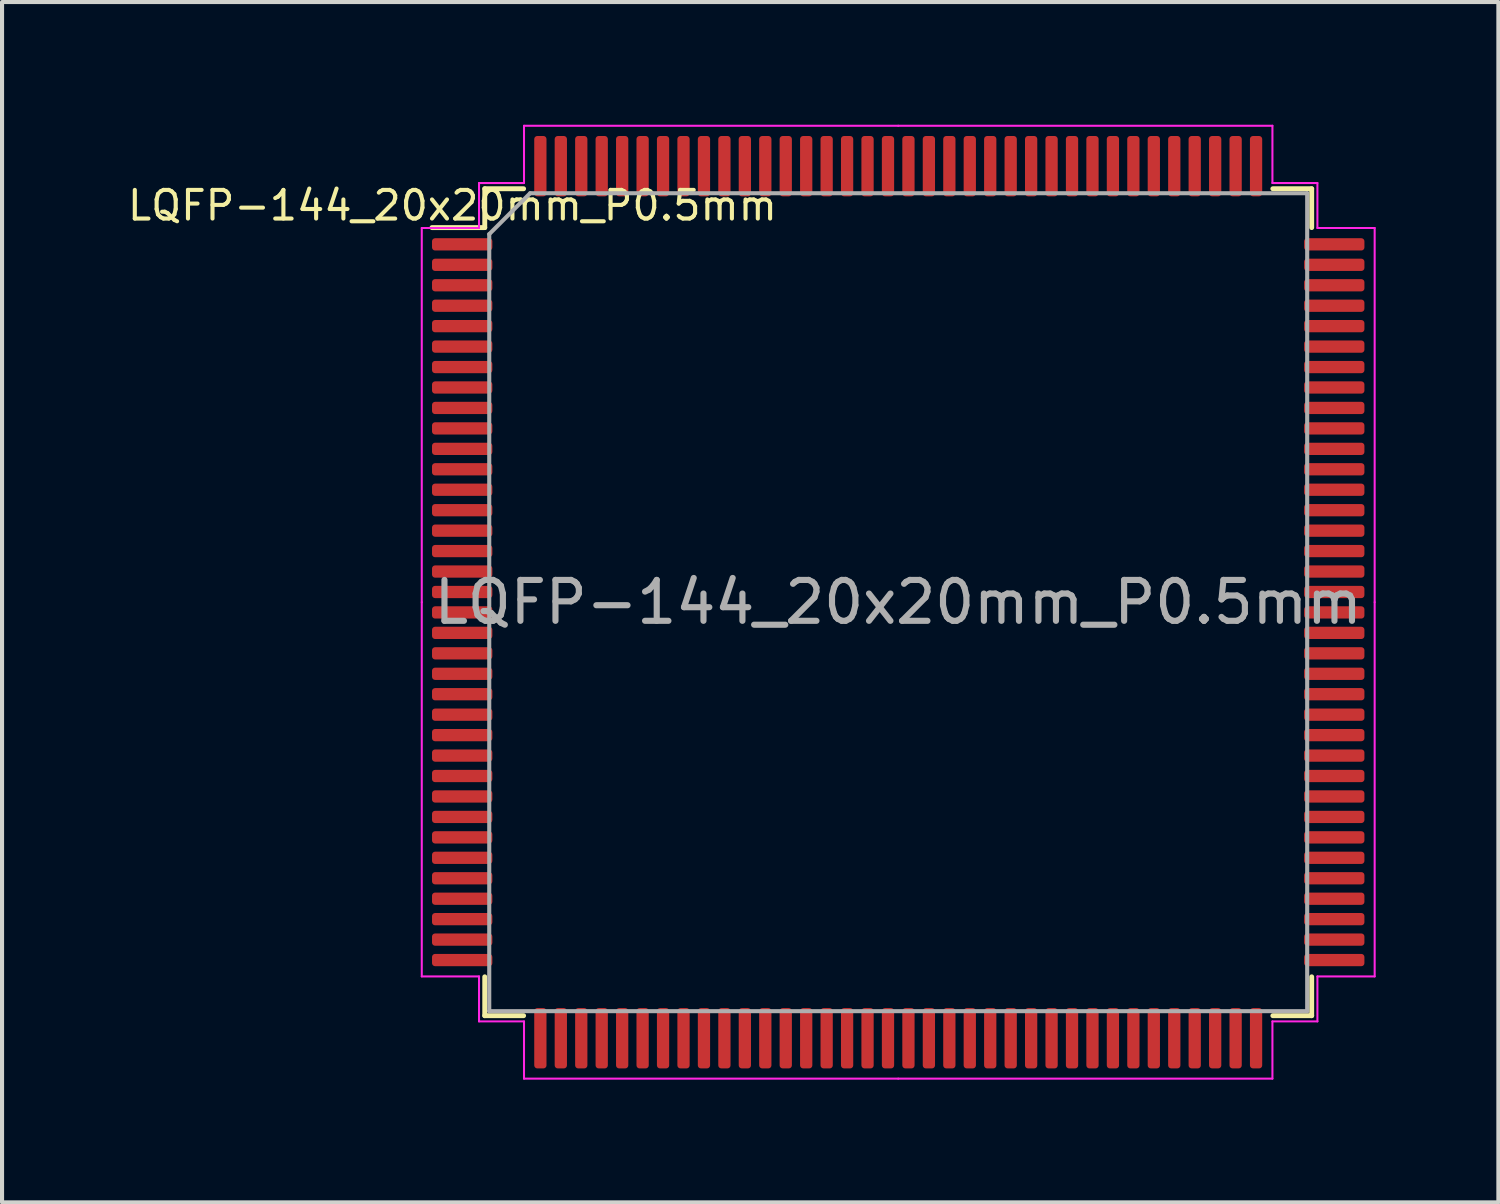
<source format=kicad_pcb>
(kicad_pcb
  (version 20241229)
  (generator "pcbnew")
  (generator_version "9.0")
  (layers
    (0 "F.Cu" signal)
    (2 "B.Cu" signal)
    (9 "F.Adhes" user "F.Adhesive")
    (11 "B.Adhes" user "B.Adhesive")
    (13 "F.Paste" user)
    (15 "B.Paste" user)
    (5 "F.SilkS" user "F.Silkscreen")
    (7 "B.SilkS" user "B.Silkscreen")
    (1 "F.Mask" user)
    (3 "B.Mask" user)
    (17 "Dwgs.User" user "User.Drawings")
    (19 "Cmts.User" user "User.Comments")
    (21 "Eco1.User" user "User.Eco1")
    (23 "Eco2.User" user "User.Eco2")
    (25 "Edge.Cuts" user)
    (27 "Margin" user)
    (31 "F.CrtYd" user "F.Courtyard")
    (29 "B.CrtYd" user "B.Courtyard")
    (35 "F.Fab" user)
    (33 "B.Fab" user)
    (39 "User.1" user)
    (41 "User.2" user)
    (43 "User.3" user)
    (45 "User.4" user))
  (footprint "LQFP-144_20x20mm_P0.5mm"
    (layer "F.Cu")
    (at 18.913 11.675)
    (property "Reference" "LQFP-144_20x20mm_P0.5mm" (at -10.9 -9.7 0) (unlocked yes) (layer "F.SilkS") (effects (font (size 0.7 0.7) (thickness 0.1))))
    (attr smd)
    (fp_line (start -10.11 -10.11) (end -10.11 -9.16) (stroke (width 0.12) (type solid)) (layer "F.SilkS"))
    (fp_line (start -10.11 -9.16) (end -11.4 -9.16) (stroke (width 0.12) (type solid)) (layer "F.SilkS"))
    (fp_line (start -10.11 10.11) (end -10.11 9.16) (stroke (width 0.12) (type solid)) (layer "F.SilkS"))
    (fp_line (start -9.16 -10.11) (end -10.11 -10.11) (stroke (width 0.12) (type solid)) (layer "F.SilkS"))
    (fp_line (start -9.16 10.11) (end -10.11 10.11) (stroke (width 0.12) (type solid)) (layer "F.SilkS"))
    (fp_line (start 9.16 -10.11) (end 10.11 -10.11) (stroke (width 0.12) (type solid)) (layer "F.SilkS"))
    (fp_line (start 9.16 10.11) (end 10.11 10.11) (stroke (width 0.12) (type solid)) (layer "F.SilkS"))
    (fp_line (start 10.11 -10.11) (end 10.11 -9.16) (stroke (width 0.12) (type solid)) (layer "F.SilkS"))
    (fp_line (start 10.11 10.11) (end 10.11 9.16) (stroke (width 0.12) (type solid)) (layer "F.SilkS"))
    (fp_line (start -11.65 -9.15) (end -11.65 0) (stroke (width 0.05) (type solid)) (layer "F.CrtYd"))
    (fp_line (start -11.65 9.15) (end -11.65 0) (stroke (width 0.05) (type solid)) (layer "F.CrtYd"))
    (fp_line (start -10.25 -10.25) (end -10.25 -9.15) (stroke (width 0.05) (type solid)) (layer "F.CrtYd"))
    (fp_line (start -10.25 -9.15) (end -11.65 -9.15) (stroke (width 0.05) (type solid)) (layer "F.CrtYd"))
    (fp_line (start -10.25 9.15) (end -11.65 9.15) (stroke (width 0.05) (type solid)) (layer "F.CrtYd"))
    (fp_line (start -10.25 10.25) (end -10.25 9.15) (stroke (width 0.05) (type solid)) (layer "F.CrtYd"))
    (fp_line (start -9.15 -11.65) (end -9.15 -10.25) (stroke (width 0.05) (type solid)) (layer "F.CrtYd"))
    (fp_line (start -9.15 -10.25) (end -10.25 -10.25) (stroke (width 0.05) (type solid)) (layer "F.CrtYd"))
    (fp_line (start -9.15 10.25) (end -10.25 10.25) (stroke (width 0.05) (type solid)) (layer "F.CrtYd"))
    (fp_line (start -9.15 11.65) (end -9.15 10.25) (stroke (width 0.05) (type solid)) (layer "F.CrtYd"))
    (fp_line (start 0 -11.65) (end -9.15 -11.65) (stroke (width 0.05) (type solid)) (layer "F.CrtYd"))
    (fp_line (start 0 -11.65) (end 9.15 -11.65) (stroke (width 0.05) (type solid)) (layer "F.CrtYd"))
    (fp_line (start 0 11.65) (end -9.15 11.65) (stroke (width 0.05) (type solid)) (layer "F.CrtYd"))
    (fp_line (start 0 11.65) (end 9.15 11.65) (stroke (width 0.05) (type solid)) (layer "F.CrtYd"))
    (fp_line (start 9.15 -11.65) (end 9.15 -10.25) (stroke (width 0.05) (type solid)) (layer "F.CrtYd"))
    (fp_line (start 9.15 -10.25) (end 10.25 -10.25) (stroke (width 0.05) (type solid)) (layer "F.CrtYd"))
    (fp_line (start 9.15 10.25) (end 10.25 10.25) (stroke (width 0.05) (type solid)) (layer "F.CrtYd"))
    (fp_line (start 9.15 11.65) (end 9.15 10.25) (stroke (width 0.05) (type solid)) (layer "F.CrtYd"))
    (fp_line (start 10.25 -10.25) (end 10.25 -9.15) (stroke (width 0.05) (type solid)) (layer "F.CrtYd"))
    (fp_line (start 10.25 -9.15) (end 11.65 -9.15) (stroke (width 0.05) (type solid)) (layer "F.CrtYd"))
    (fp_line (start 10.25 9.15) (end 11.65 9.15) (stroke (width 0.05) (type solid)) (layer "F.CrtYd"))
    (fp_line (start 10.25 10.25) (end 10.25 9.15) (stroke (width 0.05) (type solid)) (layer "F.CrtYd"))
    (fp_line (start 11.65 -9.15) (end 11.65 0) (stroke (width 0.05) (type solid)) (layer "F.CrtYd"))
    (fp_line (start 11.65 9.15) (end 11.65 0) (stroke (width 0.05) (type solid)) (layer "F.CrtYd"))
    (fp_line (start -10 -9) (end -9 -10) (stroke (width 0.1) (type solid)) (layer "F.Fab"))
    (fp_line (start -10 10) (end -10 -9) (stroke (width 0.1) (type solid)) (layer "F.Fab"))
    (fp_line (start -9 -10) (end 10 -10) (stroke (width 0.1) (type solid)) (layer "F.Fab"))
    (fp_line (start 10 -10) (end 10 10) (stroke (width 0.1) (type solid)) (layer "F.Fab"))
    (fp_line (start 10 10) (end -10 10) (stroke (width 0.1) (type solid)) (layer "F.Fab"))
    (fp_text user "${REFERENCE}" (at 0 0 0) (layer "F.Fab") (effects (font (size 1 1) (thickness 0.15))))
    (pad "1" smd roundrect (at -10.662 -8.75) (size 1.475 0.3) (layers "F.Cu" "F.Mask" "F.Paste") (roundrect_rratio 0.25))
    (pad "2" smd roundrect (at -10.662 -8.25) (size 1.475 0.3) (layers "F.Cu" "F.Mask" "F.Paste") (roundrect_rratio 0.25))
    (pad "3" smd roundrect (at -10.662 -7.75) (size 1.475 0.3) (layers "F.Cu" "F.Mask" "F.Paste") (roundrect_rratio 0.25))
    (pad "4" smd roundrect (at -10.662 -7.25) (size 1.475 0.3) (layers "F.Cu" "F.Mask" "F.Paste") (roundrect_rratio 0.25))
    (pad "5" smd roundrect (at -10.662 -6.75) (size 1.475 0.3) (layers "F.Cu" "F.Mask" "F.Paste") (roundrect_rratio 0.25))
    (pad "6" smd roundrect (at -10.662 -6.25) (size 1.475 0.3) (layers "F.Cu" "F.Mask" "F.Paste") (roundrect_rratio 0.25))
    (pad "7" smd roundrect (at -10.662 -5.75) (size 1.475 0.3) (layers "F.Cu" "F.Mask" "F.Paste") (roundrect_rratio 0.25))
    (pad "8" smd roundrect (at -10.662 -5.25) (size 1.475 0.3) (layers "F.Cu" "F.Mask" "F.Paste") (roundrect_rratio 0.25))
    (pad "9" smd roundrect (at -10.662 -4.75) (size 1.475 0.3) (layers "F.Cu" "F.Mask" "F.Paste") (roundrect_rratio 0.25))
    (pad "10" smd roundrect (at -10.662 -4.25) (size 1.475 0.3) (layers "F.Cu" "F.Mask" "F.Paste") (roundrect_rratio 0.25))
    (pad "11" smd roundrect (at -10.662 -3.75) (size 1.475 0.3) (layers "F.Cu" "F.Mask" "F.Paste") (roundrect_rratio 0.25))
    (pad "12" smd roundrect (at -10.662 -3.25) (size 1.475 0.3) (layers "F.Cu" "F.Mask" "F.Paste") (roundrect_rratio 0.25))
    (pad "13" smd roundrect (at -10.662 -2.75) (size 1.475 0.3) (layers "F.Cu" "F.Mask" "F.Paste") (roundrect_rratio 0.25))
    (pad "14" smd roundrect (at -10.662 -2.25) (size 1.475 0.3) (layers "F.Cu" "F.Mask" "F.Paste") (roundrect_rratio 0.25))
    (pad "15" smd roundrect (at -10.662 -1.75) (size 1.475 0.3) (layers "F.Cu" "F.Mask" "F.Paste") (roundrect_rratio 0.25))
    (pad "16" smd roundrect (at -10.662 -1.25) (size 1.475 0.3) (layers "F.Cu" "F.Mask" "F.Paste") (roundrect_rratio 0.25))
    (pad "17" smd roundrect (at -10.662 -0.75) (size 1.475 0.3) (layers "F.Cu" "F.Mask" "F.Paste") (roundrect_rratio 0.25))
    (pad "18" smd roundrect (at -10.662 -0.25) (size 1.475 0.3) (layers "F.Cu" "F.Mask" "F.Paste") (roundrect_rratio 0.25))
    (pad "19" smd roundrect (at -10.662 0.25) (size 1.475 0.3) (layers "F.Cu" "F.Mask" "F.Paste") (roundrect_rratio 0.25))
    (pad "20" smd roundrect (at -10.662 0.75) (size 1.475 0.3) (layers "F.Cu" "F.Mask" "F.Paste") (roundrect_rratio 0.25))
    (pad "21" smd roundrect (at -10.662 1.25) (size 1.475 0.3) (layers "F.Cu" "F.Mask" "F.Paste") (roundrect_rratio 0.25))
    (pad "22" smd roundrect (at -10.662 1.75) (size 1.475 0.3) (layers "F.Cu" "F.Mask" "F.Paste") (roundrect_rratio 0.25))
    (pad "23" smd roundrect (at -10.662 2.25) (size 1.475 0.3) (layers "F.Cu" "F.Mask" "F.Paste") (roundrect_rratio 0.25))
    (pad "24" smd roundrect (at -10.662 2.75) (size 1.475 0.3) (layers "F.Cu" "F.Mask" "F.Paste") (roundrect_rratio 0.25))
    (pad "25" smd roundrect (at -10.662 3.25) (size 1.475 0.3) (layers "F.Cu" "F.Mask" "F.Paste") (roundrect_rratio 0.25))
    (pad "26" smd roundrect (at -10.662 3.75) (size 1.475 0.3) (layers "F.Cu" "F.Mask" "F.Paste") (roundrect_rratio 0.25))
    (pad "27" smd roundrect (at -10.662 4.25) (size 1.475 0.3) (layers "F.Cu" "F.Mask" "F.Paste") (roundrect_rratio 0.25))
    (pad "28" smd roundrect (at -10.662 4.75) (size 1.475 0.3) (layers "F.Cu" "F.Mask" "F.Paste") (roundrect_rratio 0.25))
    (pad "29" smd roundrect (at -10.662 5.25) (size 1.475 0.3) (layers "F.Cu" "F.Mask" "F.Paste") (roundrect_rratio 0.25))
    (pad "30" smd roundrect (at -10.662 5.75) (size 1.475 0.3) (layers "F.Cu" "F.Mask" "F.Paste") (roundrect_rratio 0.25))
    (pad "31" smd roundrect (at -10.662 6.25) (size 1.475 0.3) (layers "F.Cu" "F.Mask" "F.Paste") (roundrect_rratio 0.25))
    (pad "32" smd roundrect (at -10.662 6.75) (size 1.475 0.3) (layers "F.Cu" "F.Mask" "F.Paste") (roundrect_rratio 0.25))
    (pad "33" smd roundrect (at -10.662 7.25) (size 1.475 0.3) (layers "F.Cu" "F.Mask" "F.Paste") (roundrect_rratio 0.25))
    (pad "34" smd roundrect (at -10.662 7.75) (size 1.475 0.3) (layers "F.Cu" "F.Mask" "F.Paste") (roundrect_rratio 0.25))
    (pad "35" smd roundrect (at -10.662 8.25) (size 1.475 0.3) (layers "F.Cu" "F.Mask" "F.Paste") (roundrect_rratio 0.25))
    (pad "36" smd roundrect (at -10.662 8.75) (size 1.475 0.3) (layers "F.Cu" "F.Mask" "F.Paste") (roundrect_rratio 0.25))
    (pad "37" smd roundrect (at -8.75 10.662) (size 0.3 1.475) (layers "F.Cu" "F.Mask" "F.Paste") (roundrect_rratio 0.25))
    (pad "38" smd roundrect (at -8.25 10.662) (size 0.3 1.475) (layers "F.Cu" "F.Mask" "F.Paste") (roundrect_rratio 0.25))
    (pad "39" smd roundrect (at -7.75 10.662) (size 0.3 1.475) (layers "F.Cu" "F.Mask" "F.Paste") (roundrect_rratio 0.25))
    (pad "40" smd roundrect (at -7.25 10.662) (size 0.3 1.475) (layers "F.Cu" "F.Mask" "F.Paste") (roundrect_rratio 0.25))
    (pad "41" smd roundrect (at -6.75 10.662) (size 0.3 1.475) (layers "F.Cu" "F.Mask" "F.Paste") (roundrect_rratio 0.25))
    (pad "42" smd roundrect (at -6.25 10.662) (size 0.3 1.475) (layers "F.Cu" "F.Mask" "F.Paste") (roundrect_rratio 0.25))
    (pad "43" smd roundrect (at -5.75 10.662) (size 0.3 1.475) (layers "F.Cu" "F.Mask" "F.Paste") (roundrect_rratio 0.25))
    (pad "44" smd roundrect (at -5.25 10.662) (size 0.3 1.475) (layers "F.Cu" "F.Mask" "F.Paste") (roundrect_rratio 0.25))
    (pad "45" smd roundrect (at -4.75 10.662) (size 0.3 1.475) (layers "F.Cu" "F.Mask" "F.Paste") (roundrect_rratio 0.25))
    (pad "46" smd roundrect (at -4.25 10.662) (size 0.3 1.475) (layers "F.Cu" "F.Mask" "F.Paste") (roundrect_rratio 0.25))
    (pad "47" smd roundrect (at -3.75 10.662) (size 0.3 1.475) (layers "F.Cu" "F.Mask" "F.Paste") (roundrect_rratio 0.25))
    (pad "48" smd roundrect (at -3.25 10.662) (size 0.3 1.475) (layers "F.Cu" "F.Mask" "F.Paste") (roundrect_rratio 0.25))
    (pad "49" smd roundrect (at -2.75 10.662) (size 0.3 1.475) (layers "F.Cu" "F.Mask" "F.Paste") (roundrect_rratio 0.25))
    (pad "50" smd roundrect (at -2.25 10.662) (size 0.3 1.475) (layers "F.Cu" "F.Mask" "F.Paste") (roundrect_rratio 0.25))
    (pad "51" smd roundrect (at -1.75 10.662) (size 0.3 1.475) (layers "F.Cu" "F.Mask" "F.Paste") (roundrect_rratio 0.25))
    (pad "52" smd roundrect (at -1.25 10.662) (size 0.3 1.475) (layers "F.Cu" "F.Mask" "F.Paste") (roundrect_rratio 0.25))
    (pad "53" smd roundrect (at -0.75 10.662) (size 0.3 1.475) (layers "F.Cu" "F.Mask" "F.Paste") (roundrect_rratio 0.25))
    (pad "54" smd roundrect (at -0.25 10.662) (size 0.3 1.475) (layers "F.Cu" "F.Mask" "F.Paste") (roundrect_rratio 0.25))
    (pad "55" smd roundrect (at 0.25 10.662) (size 0.3 1.475) (layers "F.Cu" "F.Mask" "F.Paste") (roundrect_rratio 0.25))
    (pad "56" smd roundrect (at 0.75 10.662) (size 0.3 1.475) (layers "F.Cu" "F.Mask" "F.Paste") (roundrect_rratio 0.25))
    (pad "57" smd roundrect (at 1.25 10.662) (size 0.3 1.475) (layers "F.Cu" "F.Mask" "F.Paste") (roundrect_rratio 0.25))
    (pad "58" smd roundrect (at 1.75 10.662) (size 0.3 1.475) (layers "F.Cu" "F.Mask" "F.Paste") (roundrect_rratio 0.25))
    (pad "59" smd roundrect (at 2.25 10.662) (size 0.3 1.475) (layers "F.Cu" "F.Mask" "F.Paste") (roundrect_rratio 0.25))
    (pad "60" smd roundrect (at 2.75 10.662) (size 0.3 1.475) (layers "F.Cu" "F.Mask" "F.Paste") (roundrect_rratio 0.25))
    (pad "61" smd roundrect (at 3.25 10.662) (size 0.3 1.475) (layers "F.Cu" "F.Mask" "F.Paste") (roundrect_rratio 0.25))
    (pad "62" smd roundrect (at 3.75 10.662) (size 0.3 1.475) (layers "F.Cu" "F.Mask" "F.Paste") (roundrect_rratio 0.25))
    (pad "63" smd roundrect (at 4.25 10.662) (size 0.3 1.475) (layers "F.Cu" "F.Mask" "F.Paste") (roundrect_rratio 0.25))
    (pad "64" smd roundrect (at 4.75 10.662) (size 0.3 1.475) (layers "F.Cu" "F.Mask" "F.Paste") (roundrect_rratio 0.25))
    (pad "65" smd roundrect (at 5.25 10.662) (size 0.3 1.475) (layers "F.Cu" "F.Mask" "F.Paste") (roundrect_rratio 0.25))
    (pad "66" smd roundrect (at 5.75 10.662) (size 0.3 1.475) (layers "F.Cu" "F.Mask" "F.Paste") (roundrect_rratio 0.25))
    (pad "67" smd roundrect (at 6.25 10.662) (size 0.3 1.475) (layers "F.Cu" "F.Mask" "F.Paste") (roundrect_rratio 0.25))
    (pad "68" smd roundrect (at 6.75 10.662) (size 0.3 1.475) (layers "F.Cu" "F.Mask" "F.Paste") (roundrect_rratio 0.25))
    (pad "69" smd roundrect (at 7.25 10.662) (size 0.3 1.475) (layers "F.Cu" "F.Mask" "F.Paste") (roundrect_rratio 0.25))
    (pad "70" smd roundrect (at 7.75 10.662) (size 0.3 1.475) (layers "F.Cu" "F.Mask" "F.Paste") (roundrect_rratio 0.25))
    (pad "71" smd roundrect (at 8.25 10.662) (size 0.3 1.475) (layers "F.Cu" "F.Mask" "F.Paste") (roundrect_rratio 0.25))
    (pad "72" smd roundrect (at 8.75 10.662) (size 0.3 1.475) (layers "F.Cu" "F.Mask" "F.Paste") (roundrect_rratio 0.25))
    (pad "73" smd roundrect (at 10.662 8.75) (size 1.475 0.3) (layers "F.Cu" "F.Mask" "F.Paste") (roundrect_rratio 0.25))
    (pad "74" smd roundrect (at 10.662 8.25) (size 1.475 0.3) (layers "F.Cu" "F.Mask" "F.Paste") (roundrect_rratio 0.25))
    (pad "75" smd roundrect (at 10.662 7.75) (size 1.475 0.3) (layers "F.Cu" "F.Mask" "F.Paste") (roundrect_rratio 0.25))
    (pad "76" smd roundrect (at 10.662 7.25) (size 1.475 0.3) (layers "F.Cu" "F.Mask" "F.Paste") (roundrect_rratio 0.25))
    (pad "77" smd roundrect (at 10.662 6.75) (size 1.475 0.3) (layers "F.Cu" "F.Mask" "F.Paste") (roundrect_rratio 0.25))
    (pad "78" smd roundrect (at 10.662 6.25) (size 1.475 0.3) (layers "F.Cu" "F.Mask" "F.Paste") (roundrect_rratio 0.25))
    (pad "79" smd roundrect (at 10.662 5.75) (size 1.475 0.3) (layers "F.Cu" "F.Mask" "F.Paste") (roundrect_rratio 0.25))
    (pad "80" smd roundrect (at 10.662 5.25) (size 1.475 0.3) (layers "F.Cu" "F.Mask" "F.Paste") (roundrect_rratio 0.25))
    (pad "81" smd roundrect (at 10.662 4.75) (size 1.475 0.3) (layers "F.Cu" "F.Mask" "F.Paste") (roundrect_rratio 0.25))
    (pad "82" smd roundrect (at 10.662 4.25) (size 1.475 0.3) (layers "F.Cu" "F.Mask" "F.Paste") (roundrect_rratio 0.25))
    (pad "83" smd roundrect (at 10.662 3.75) (size 1.475 0.3) (layers "F.Cu" "F.Mask" "F.Paste") (roundrect_rratio 0.25))
    (pad "84" smd roundrect (at 10.662 3.25) (size 1.475 0.3) (layers "F.Cu" "F.Mask" "F.Paste") (roundrect_rratio 0.25))
    (pad "85" smd roundrect (at 10.662 2.75) (size 1.475 0.3) (layers "F.Cu" "F.Mask" "F.Paste") (roundrect_rratio 0.25))
    (pad "86" smd roundrect (at 10.662 2.25) (size 1.475 0.3) (layers "F.Cu" "F.Mask" "F.Paste") (roundrect_rratio 0.25))
    (pad "87" smd roundrect (at 10.662 1.75) (size 1.475 0.3) (layers "F.Cu" "F.Mask" "F.Paste") (roundrect_rratio 0.25))
    (pad "88" smd roundrect (at 10.662 1.25) (size 1.475 0.3) (layers "F.Cu" "F.Mask" "F.Paste") (roundrect_rratio 0.25))
    (pad "89" smd roundrect (at 10.662 0.75) (size 1.475 0.3) (layers "F.Cu" "F.Mask" "F.Paste") (roundrect_rratio 0.25))
    (pad "90" smd roundrect (at 10.662 0.25) (size 1.475 0.3) (layers "F.Cu" "F.Mask" "F.Paste") (roundrect_rratio 0.25))
    (pad "91" smd roundrect (at 10.662 -0.25) (size 1.475 0.3) (layers "F.Cu" "F.Mask" "F.Paste") (roundrect_rratio 0.25))
    (pad "92" smd roundrect (at 10.662 -0.75) (size 1.475 0.3) (layers "F.Cu" "F.Mask" "F.Paste") (roundrect_rratio 0.25))
    (pad "93" smd roundrect (at 10.662 -1.25) (size 1.475 0.3) (layers "F.Cu" "F.Mask" "F.Paste") (roundrect_rratio 0.25))
    (pad "94" smd roundrect (at 10.662 -1.75) (size 1.475 0.3) (layers "F.Cu" "F.Mask" "F.Paste") (roundrect_rratio 0.25))
    (pad "95" smd roundrect (at 10.662 -2.25) (size 1.475 0.3) (layers "F.Cu" "F.Mask" "F.Paste") (roundrect_rratio 0.25))
    (pad "96" smd roundrect (at 10.662 -2.75) (size 1.475 0.3) (layers "F.Cu" "F.Mask" "F.Paste") (roundrect_rratio 0.25))
    (pad "97" smd roundrect (at 10.662 -3.25) (size 1.475 0.3) (layers "F.Cu" "F.Mask" "F.Paste") (roundrect_rratio 0.25))
    (pad "98" smd roundrect (at 10.662 -3.75) (size 1.475 0.3) (layers "F.Cu" "F.Mask" "F.Paste") (roundrect_rratio 0.25))
    (pad "99" smd roundrect (at 10.662 -4.25) (size 1.475 0.3) (layers "F.Cu" "F.Mask" "F.Paste") (roundrect_rratio 0.25))
    (pad "100" smd roundrect (at 10.662 -4.75) (size 1.475 0.3) (layers "F.Cu" "F.Mask" "F.Paste") (roundrect_rratio 0.25))
    (pad "101" smd roundrect (at 10.662 -5.25) (size 1.475 0.3) (layers "F.Cu" "F.Mask" "F.Paste") (roundrect_rratio 0.25))
    (pad "102" smd roundrect (at 10.662 -5.75) (size 1.475 0.3) (layers "F.Cu" "F.Mask" "F.Paste") (roundrect_rratio 0.25))
    (pad "103" smd roundrect (at 10.662 -6.25) (size 1.475 0.3) (layers "F.Cu" "F.Mask" "F.Paste") (roundrect_rratio 0.25))
    (pad "104" smd roundrect (at 10.662 -6.75) (size 1.475 0.3) (layers "F.Cu" "F.Mask" "F.Paste") (roundrect_rratio 0.25))
    (pad "105" smd roundrect (at 10.662 -7.25) (size 1.475 0.3) (layers "F.Cu" "F.Mask" "F.Paste") (roundrect_rratio 0.25))
    (pad "106" smd roundrect (at 10.662 -7.75) (size 1.475 0.3) (layers "F.Cu" "F.Mask" "F.Paste") (roundrect_rratio 0.25))
    (pad "107" smd roundrect (at 10.662 -8.25) (size 1.475 0.3) (layers "F.Cu" "F.Mask" "F.Paste") (roundrect_rratio 0.25))
    (pad "108" smd roundrect (at 10.662 -8.75) (size 1.475 0.3) (layers "F.Cu" "F.Mask" "F.Paste") (roundrect_rratio 0.25))
    (pad "109" smd roundrect (at 8.75 -10.662) (size 0.3 1.475) (layers "F.Cu" "F.Mask" "F.Paste") (roundrect_rratio 0.25))
    (pad "110" smd roundrect (at 8.25 -10.662) (size 0.3 1.475) (layers "F.Cu" "F.Mask" "F.Paste") (roundrect_rratio 0.25))
    (pad "111" smd roundrect (at 7.75 -10.662) (size 0.3 1.475) (layers "F.Cu" "F.Mask" "F.Paste") (roundrect_rratio 0.25))
    (pad "112" smd roundrect (at 7.25 -10.662) (size 0.3 1.475) (layers "F.Cu" "F.Mask" "F.Paste") (roundrect_rratio 0.25))
    (pad "113" smd roundrect (at 6.75 -10.662) (size 0.3 1.475) (layers "F.Cu" "F.Mask" "F.Paste") (roundrect_rratio 0.25))
    (pad "114" smd roundrect (at 6.25 -10.662) (size 0.3 1.475) (layers "F.Cu" "F.Mask" "F.Paste") (roundrect_rratio 0.25))
    (pad "115" smd roundrect (at 5.75 -10.662) (size 0.3 1.475) (layers "F.Cu" "F.Mask" "F.Paste") (roundrect_rratio 0.25))
    (pad "116" smd roundrect (at 5.25 -10.662) (size 0.3 1.475) (layers "F.Cu" "F.Mask" "F.Paste") (roundrect_rratio 0.25))
    (pad "117" smd roundrect (at 4.75 -10.662) (size 0.3 1.475) (layers "F.Cu" "F.Mask" "F.Paste") (roundrect_rratio 0.25))
    (pad "118" smd roundrect (at 4.25 -10.662) (size 0.3 1.475) (layers "F.Cu" "F.Mask" "F.Paste") (roundrect_rratio 0.25))
    (pad "119" smd roundrect (at 3.75 -10.662) (size 0.3 1.475) (layers "F.Cu" "F.Mask" "F.Paste") (roundrect_rratio 0.25))
    (pad "120" smd roundrect (at 3.25 -10.662) (size 0.3 1.475) (layers "F.Cu" "F.Mask" "F.Paste") (roundrect_rratio 0.25))
    (pad "121" smd roundrect (at 2.75 -10.662) (size 0.3 1.475) (layers "F.Cu" "F.Mask" "F.Paste") (roundrect_rratio 0.25))
    (pad "122" smd roundrect (at 2.25 -10.662) (size 0.3 1.475) (layers "F.Cu" "F.Mask" "F.Paste") (roundrect_rratio 0.25))
    (pad "123" smd roundrect (at 1.75 -10.662) (size 0.3 1.475) (layers "F.Cu" "F.Mask" "F.Paste") (roundrect_rratio 0.25))
    (pad "124" smd roundrect (at 1.25 -10.662) (size 0.3 1.475) (layers "F.Cu" "F.Mask" "F.Paste") (roundrect_rratio 0.25))
    (pad "125" smd roundrect (at 0.75 -10.662) (size 0.3 1.475) (layers "F.Cu" "F.Mask" "F.Paste") (roundrect_rratio 0.25))
    (pad "126" smd roundrect (at 0.25 -10.662) (size 0.3 1.475) (layers "F.Cu" "F.Mask" "F.Paste") (roundrect_rratio 0.25))
    (pad "127" smd roundrect (at -0.25 -10.662) (size 0.3 1.475) (layers "F.Cu" "F.Mask" "F.Paste") (roundrect_rratio 0.25))
    (pad "128" smd roundrect (at -0.75 -10.662) (size 0.3 1.475) (layers "F.Cu" "F.Mask" "F.Paste") (roundrect_rratio 0.25))
    (pad "129" smd roundrect (at -1.25 -10.662) (size 0.3 1.475) (layers "F.Cu" "F.Mask" "F.Paste") (roundrect_rratio 0.25))
    (pad "130" smd roundrect (at -1.75 -10.662) (size 0.3 1.475) (layers "F.Cu" "F.Mask" "F.Paste") (roundrect_rratio 0.25))
    (pad "131" smd roundrect (at -2.25 -10.662) (size 0.3 1.475) (layers "F.Cu" "F.Mask" "F.Paste") (roundrect_rratio 0.25))
    (pad "132" smd roundrect (at -2.75 -10.662) (size 0.3 1.475) (layers "F.Cu" "F.Mask" "F.Paste") (roundrect_rratio 0.25))
    (pad "133" smd roundrect (at -3.25 -10.662) (size 0.3 1.475) (layers "F.Cu" "F.Mask" "F.Paste") (roundrect_rratio 0.25))
    (pad "134" smd roundrect (at -3.75 -10.662) (size 0.3 1.475) (layers "F.Cu" "F.Mask" "F.Paste") (roundrect_rratio 0.25))
    (pad "135" smd roundrect (at -4.25 -10.662) (size 0.3 1.475) (layers "F.Cu" "F.Mask" "F.Paste") (roundrect_rratio 0.25))
    (pad "136" smd roundrect (at -4.75 -10.662) (size 0.3 1.475) (layers "F.Cu" "F.Mask" "F.Paste") (roundrect_rratio 0.25))
    (pad "137" smd roundrect (at -5.25 -10.662) (size 0.3 1.475) (layers "F.Cu" "F.Mask" "F.Paste") (roundrect_rratio 0.25))
    (pad "138" smd roundrect (at -5.75 -10.662) (size 0.3 1.475) (layers "F.Cu" "F.Mask" "F.Paste") (roundrect_rratio 0.25))
    (pad "139" smd roundrect (at -6.25 -10.662) (size 0.3 1.475) (layers "F.Cu" "F.Mask" "F.Paste") (roundrect_rratio 0.25))
    (pad "140" smd roundrect (at -6.75 -10.662) (size 0.3 1.475) (layers "F.Cu" "F.Mask" "F.Paste") (roundrect_rratio 0.25))
    (pad "141" smd roundrect (at -7.25 -10.662) (size 0.3 1.475) (layers "F.Cu" "F.Mask" "F.Paste") (roundrect_rratio 0.25))
    (pad "142" smd roundrect (at -7.75 -10.662) (size 0.3 1.475) (layers "F.Cu" "F.Mask" "F.Paste") (roundrect_rratio 0.25))
    (pad "143" smd roundrect (at -8.25 -10.662) (size 0.3 1.475) (layers "F.Cu" "F.Mask" "F.Paste") (roundrect_rratio 0.25))
    (pad "144" smd roundrect (at -8.75 -10.662) (size 0.3 1.475) (layers "F.Cu" "F.Mask" "F.Paste") (roundrect_rratio 0.25)))
  (gr_rect
    (start -3 -3)
    (end 33.588 26.35)
    (stroke (width 0.1) (type default))
    (fill no)
    (layer "Edge.Cuts")))
</source>
